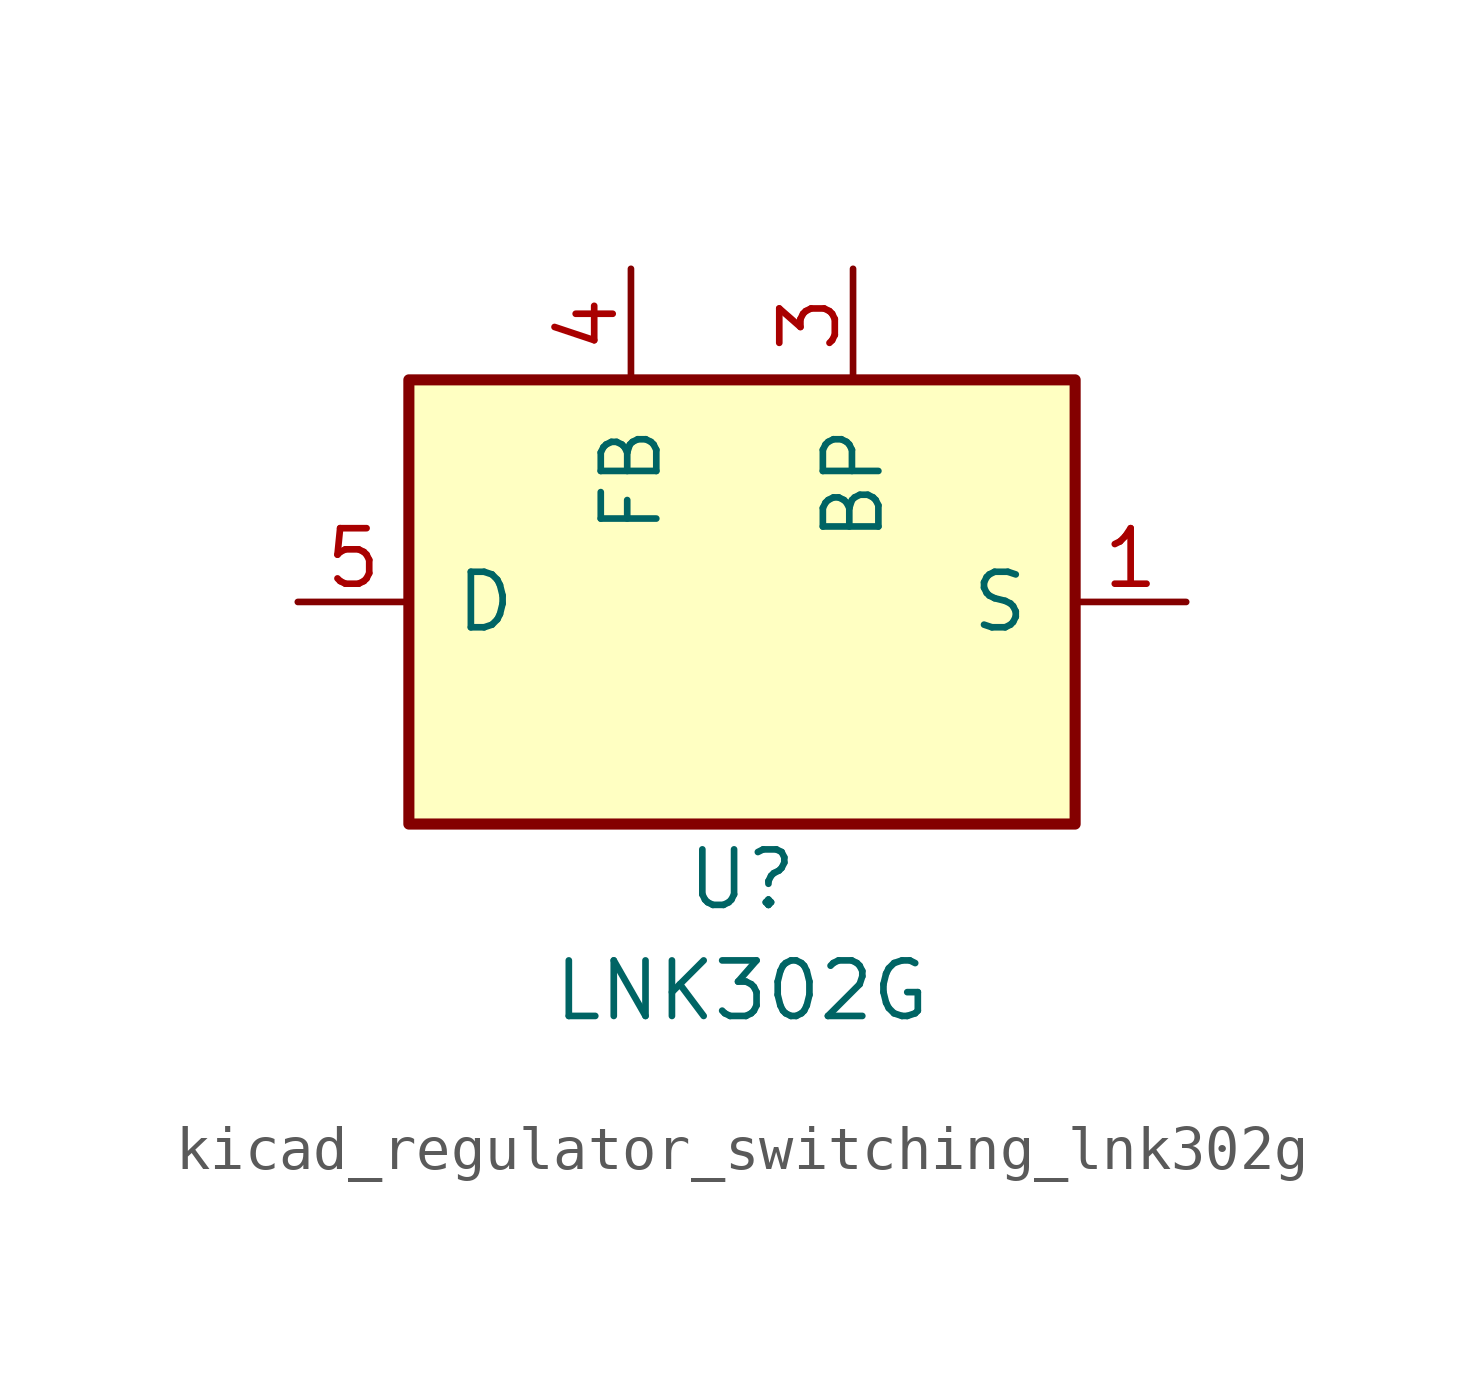
<source format=kicad_sym>
(kicad_symbol_lib
  (version 20220914)
  (generator kicad_symbol_editor)
  (symbol "kicad_regulator_switching_lnk302g"
    (pin_names
      (offset 1.016))
    (property "Reference" "U"
      (at 0 -6.35 0)
      (effects (font (size 1.27 1.27))))
    (property "Value" "LNK302G"
      (at 0 -8.89 0)
      (effects (font (size 1.27 1.27))))
    (symbol "kicad_regulator_switching_lnk302g_0_1"
      (rectangle (start -7.62 5.08) (end 7.62 -5.08) (stroke (width 0.254) (type default)) (fill (type background))))
    (symbol "kicad_regulator_switching_lnk302g_1_1"
      (pin power_in line (at 10.16 0 180) (length 2.54) (name "S" (effects (font (size 1.27 1.27)))) (number "1" (effects (font (size 1.27 1.27)))))
      (pin passive line (at 10.16 0 180) (length 2.54) hide (name "S" (effects (font (size 1.27 1.27)))) (number "2" (effects (font (size 1.27 1.27)))))
      (pin input line (at 2.54 7.62 270) (length 2.54) (name "BP" (effects (font (size 1.27 1.27)))) (number "3" (effects (font (size 1.27 1.27)))))
      (pin input line (at -2.54 7.62 270) (length 2.54) (name "FB" (effects (font (size 1.27 1.27)))) (number "4" (effects (font (size 1.27 1.27)))))
      (pin open_collector line (at -10.16 0 0) (length 2.54) (name "D" (effects (font (size 1.27 1.27)))) (number "5" (effects (font (size 1.27 1.27)))))
      (pin passive line (at 10.16 0 180) (length 2.54) hide (name "S" (effects (font (size 1.27 1.27)))) (number "7" (effects (font (size 1.27 1.27)))))
      (pin passive line (at 10.16 0 180) (length 2.54) hide (name "S" (effects (font (size 1.27 1.27)))) (number "8" (effects (font (size 1.27 1.27))))))))
</source>
